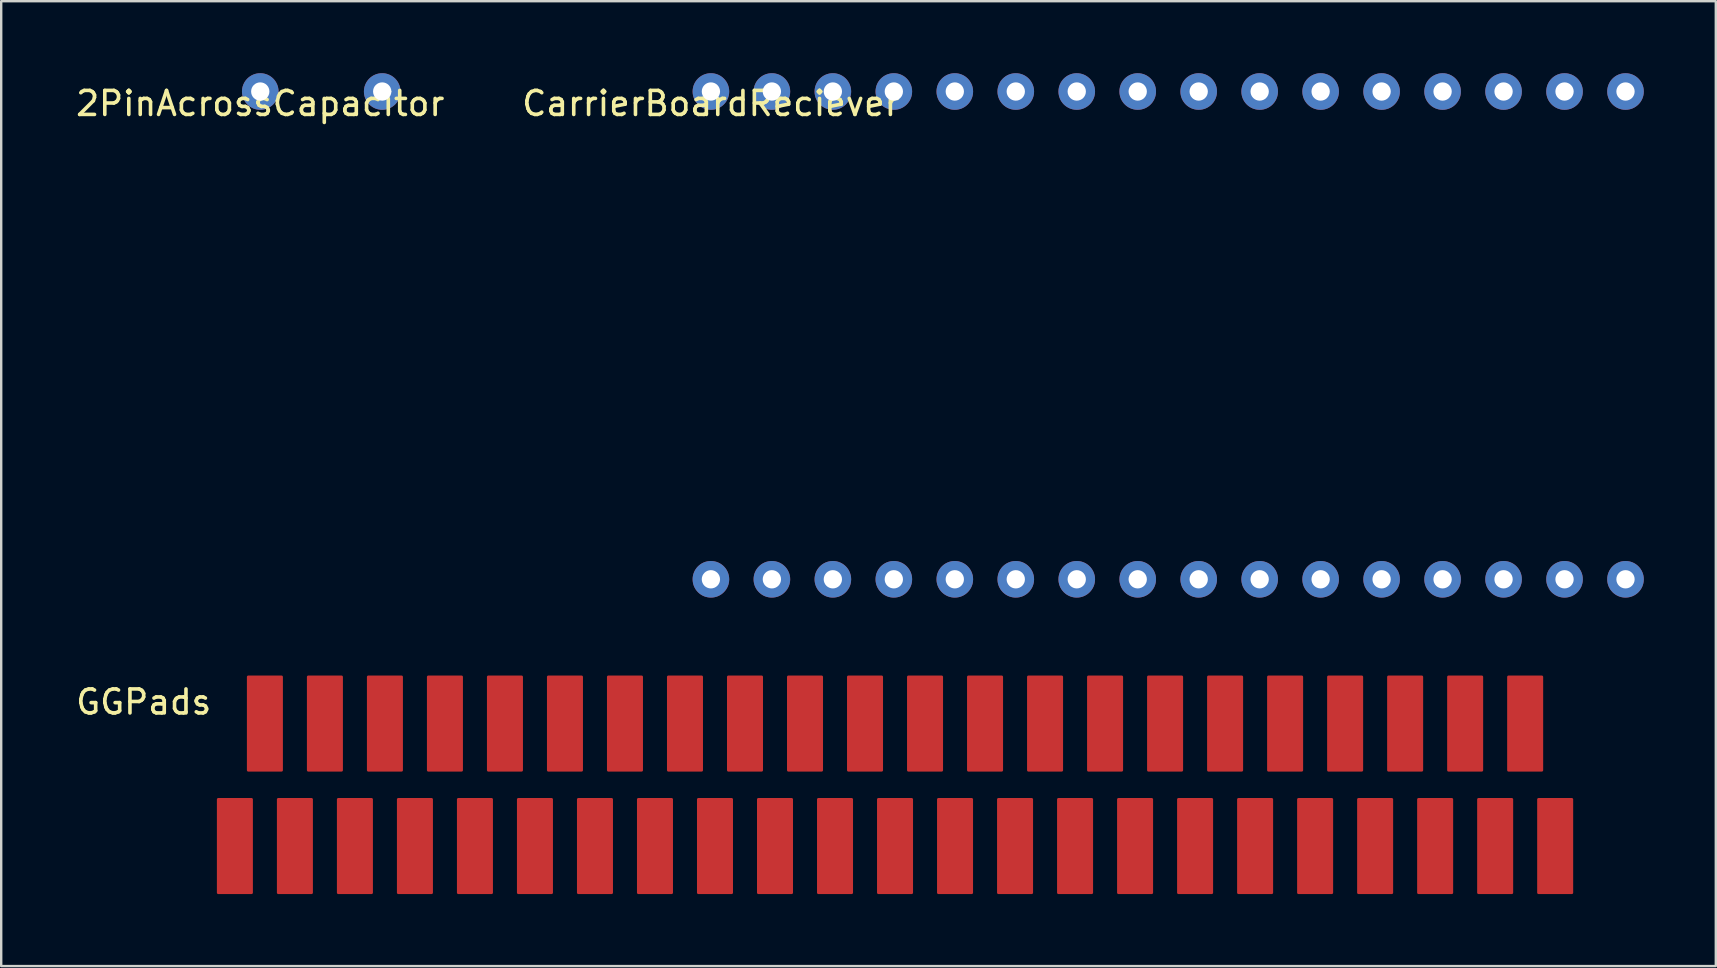
<source format=kicad_pcb>
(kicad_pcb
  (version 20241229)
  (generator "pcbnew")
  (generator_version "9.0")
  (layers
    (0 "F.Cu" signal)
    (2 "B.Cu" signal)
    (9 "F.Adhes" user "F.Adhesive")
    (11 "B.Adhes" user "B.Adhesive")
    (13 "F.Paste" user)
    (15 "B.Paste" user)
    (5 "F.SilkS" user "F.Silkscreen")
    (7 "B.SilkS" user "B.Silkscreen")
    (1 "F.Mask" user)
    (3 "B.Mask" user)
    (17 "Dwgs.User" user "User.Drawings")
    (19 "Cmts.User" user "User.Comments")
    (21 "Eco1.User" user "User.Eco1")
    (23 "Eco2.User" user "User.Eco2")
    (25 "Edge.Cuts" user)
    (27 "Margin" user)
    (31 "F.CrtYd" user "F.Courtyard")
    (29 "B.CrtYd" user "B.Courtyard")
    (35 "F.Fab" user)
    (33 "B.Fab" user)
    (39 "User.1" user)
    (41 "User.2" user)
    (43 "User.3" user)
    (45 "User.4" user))
  (footprint "GGPads"
    (layer "F.Cu")
    (at 5.985 25.094)
    (property "Reference" "GGPads" (at -3.05 1.1 0) (layer "F.SilkS") (effects (font (size 1 1) (thickness 0.15))))
    (attr through_hole)
    (pad "1" smd custom (at 0.765 5.825) (size 1.124 1.124) (layers "F.Cu" "F.Mask" "F.Paste") (options (anchor rect)) (primitives (gr_poly (pts (xy 0.685 3.225) (xy -0.715 3.225) (xy -0.715 -0.675) (xy 0.685 -0.675)) (width 0.1) (fill yes))))
    (pad "2" smd custom (at 2 0.708) (size 1.124 1.124) (layers "F.Cu" "F.Mask" "F.Paste") (options (anchor rect)) (primitives (gr_poly (pts (xy 0.7 3.24) (xy -0.7 3.24) (xy -0.7 -0.66) (xy 0.7 -0.66)) (width 0.1) (fill yes))))
    (pad "3" smd custom (at 3.265 5.825) (size 1.124 1.124) (layers "F.Cu" "F.Mask" "F.Paste") (options (anchor rect)) (primitives (gr_poly (pts (xy 0.685 3.225) (xy -0.715 3.225) (xy -0.715 -0.675) (xy 0.685 -0.675)) (width 0.1) (fill yes))))
    (pad "4" smd custom (at 4.5 0.708) (size 1.124 1.124) (layers "F.Cu" "F.Mask" "F.Paste") (options (anchor rect)) (primitives (gr_poly (pts (xy 0.7 3.24) (xy -0.7 3.24) (xy -0.7 -0.66) (xy 0.7 -0.66)) (width 0.1) (fill yes))))
    (pad "5" smd custom (at 5.765 5.825) (size 1.124 1.124) (layers "F.Cu" "F.Mask" "F.Paste") (options (anchor rect)) (primitives (gr_poly (pts (xy 0.685 3.225) (xy -0.715 3.225) (xy -0.715 -0.675) (xy 0.685 -0.675)) (width 0.1) (fill yes))))
    (pad "6" smd custom (at 7 0.708) (size 1.124 1.124) (layers "F.Cu" "F.Mask" "F.Paste") (options (anchor rect)) (primitives (gr_poly (pts (xy 0.7 3.24) (xy -0.7 3.24) (xy -0.7 -0.66) (xy 0.7 -0.66)) (width 0.1) (fill yes))))
    (pad "7" smd custom (at 8.265 5.825) (size 1.124 1.124) (layers "F.Cu" "F.Mask" "F.Paste") (options (anchor rect)) (primitives (gr_poly (pts (xy 0.685 3.225) (xy -0.715 3.225) (xy -0.715 -0.675) (xy 0.685 -0.675)) (width 0.1) (fill yes))))
    (pad "8" smd custom (at 9.5 0.708) (size 1.124 1.124) (layers "F.Cu" "F.Mask" "F.Paste") (options (anchor rect)) (primitives (gr_poly (pts (xy 0.7 3.24) (xy -0.7 3.24) (xy -0.7 -0.66) (xy 0.7 -0.66)) (width 0.1) (fill yes))))
    (pad "9" smd custom (at 10.765 5.825) (size 1.124 1.124) (layers "F.Cu" "F.Mask" "F.Paste") (options (anchor rect)) (primitives (gr_poly (pts (xy 0.685 3.225) (xy -0.715 3.225) (xy -0.715 -0.675) (xy 0.685 -0.675)) (width 0.1) (fill yes))))
    (pad "10" smd custom (at 12 0.708) (size 1.124 1.124) (layers "F.Cu" "F.Mask" "F.Paste") (options (anchor rect)) (primitives (gr_poly (pts (xy 0.7 3.24) (xy -0.7 3.24) (xy -0.7 -0.66) (xy 0.7 -0.66)) (width 0.1) (fill yes))))
    (pad "11" smd custom (at 13.265 5.825) (size 1.124 1.124) (layers "F.Cu" "F.Mask" "F.Paste") (options (anchor rect)) (primitives (gr_poly (pts (xy 0.685 3.225) (xy -0.715 3.225) (xy -0.715 -0.675) (xy 0.685 -0.675)) (width 0.1) (fill yes))))
    (pad "12" smd custom (at 14.5 0.708) (size 1.124 1.124) (layers "F.Cu" "F.Mask" "F.Paste") (options (anchor rect)) (primitives (gr_poly (pts (xy 0.7 3.24) (xy -0.7 3.24) (xy -0.7 -0.66) (xy 0.7 -0.66)) (width 0.1) (fill yes))))
    (pad "13" smd custom (at 15.765 5.825) (size 1.124 1.124) (layers "F.Cu" "F.Mask" "F.Paste") (options (anchor rect)) (primitives (gr_poly (pts (xy 0.685 3.225) (xy -0.715 3.225) (xy -0.715 -0.675) (xy 0.685 -0.675)) (width 0.1) (fill yes))))
    (pad "14" smd custom (at 17 0.708) (size 1.124 1.124) (layers "F.Cu" "F.Mask" "F.Paste") (options (anchor rect)) (primitives (gr_poly (pts (xy 0.7 3.24) (xy -0.7 3.24) (xy -0.7 -0.66) (xy 0.7 -0.66)) (width 0.1) (fill yes))))
    (pad "15" smd custom (at 18.265 5.825) (size 1.124 1.124) (layers "F.Cu" "F.Mask" "F.Paste") (options (anchor rect)) (primitives (gr_poly (pts (xy 0.685 3.225) (xy -0.715 3.225) (xy -0.715 -0.675) (xy 0.685 -0.675)) (width 0.1) (fill yes))))
    (pad "16" smd custom (at 19.5 0.708) (size 1.124 1.124) (layers "F.Cu" "F.Mask" "F.Paste") (options (anchor rect)) (primitives (gr_poly (pts (xy 0.7 3.24) (xy -0.7 3.24) (xy -0.7 -0.66) (xy 0.7 -0.66)) (width 0.1) (fill yes))))
    (pad "17" smd custom (at 20.765 5.825) (size 1.124 1.124) (layers "F.Cu" "F.Mask" "F.Paste") (options (anchor rect)) (primitives (gr_poly (pts (xy 0.685 3.225) (xy -0.715 3.225) (xy -0.715 -0.675) (xy 0.685 -0.675)) (width 0.1) (fill yes))))
    (pad "18" smd custom (at 22 0.708) (size 1.124 1.124) (layers "F.Cu" "F.Mask" "F.Paste") (options (anchor rect)) (primitives (gr_poly (pts (xy 0.7 3.24) (xy -0.7 3.24) (xy -0.7 -0.66) (xy 0.7 -0.66)) (width 0.1) (fill yes))))
    (pad "19" smd custom (at 23.265 5.825) (size 1.124 1.124) (layers "F.Cu" "F.Mask" "F.Paste") (options (anchor rect)) (primitives (gr_poly (pts (xy 0.685 3.225) (xy -0.715 3.225) (xy -0.715 -0.675) (xy 0.685 -0.675)) (width 0.1) (fill yes))))
    (pad "20" smd custom (at 24.5 0.708) (size 1.124 1.124) (layers "F.Cu" "F.Mask" "F.Paste") (options (anchor rect)) (primitives (gr_poly (pts (xy 0.7 3.24) (xy -0.7 3.24) (xy -0.7 -0.66) (xy 0.7 -0.66)) (width 0.1) (fill yes))))
    (pad "21" smd custom (at 25.765 5.825) (size 1.124 1.124) (layers "F.Cu" "F.Mask" "F.Paste") (options (anchor rect)) (primitives (gr_poly (pts (xy 0.685 3.225) (xy -0.715 3.225) (xy -0.715 -0.675) (xy 0.685 -0.675)) (width 0.1) (fill yes))))
    (pad "22" smd custom (at 27 0.708) (size 1.124 1.124) (layers "F.Cu" "F.Mask" "F.Paste") (options (anchor rect)) (primitives (gr_poly (pts (xy 0.7 3.24) (xy -0.7 3.24) (xy -0.7 -0.66) (xy 0.7 -0.66)) (width 0.1) (fill yes))))
    (pad "23" smd custom (at 28.265 5.825) (size 1.124 1.124) (layers "F.Cu" "F.Mask" "F.Paste") (options (anchor rect)) (primitives (gr_poly (pts (xy 0.685 3.225) (xy -0.715 3.225) (xy -0.715 -0.675) (xy 0.685 -0.675)) (width 0.1) (fill yes))))
    (pad "24" smd custom (at 29.5 0.708) (size 1.124 1.124) (layers "F.Cu" "F.Mask" "F.Paste") (options (anchor rect)) (primitives (gr_poly (pts (xy 0.7 3.24) (xy -0.7 3.24) (xy -0.7 -0.66) (xy 0.7 -0.66)) (width 0.1) (fill yes))))
    (pad "25" smd custom (at 30.765 5.825) (size 1.124 1.124) (layers "F.Cu" "F.Mask" "F.Paste") (options (anchor rect)) (primitives (gr_poly (pts (xy 0.685 3.225) (xy -0.715 3.225) (xy -0.715 -0.675) (xy 0.685 -0.675)) (width 0.1) (fill yes))))
    (pad "26" smd custom (at 32 0.708) (size 1.124 1.124) (layers "F.Cu" "F.Mask" "F.Paste") (options (anchor rect)) (primitives (gr_poly (pts (xy 0.7 3.24) (xy -0.7 3.24) (xy -0.7 -0.66) (xy 0.7 -0.66)) (width 0.1) (fill yes))))
    (pad "27" smd custom (at 33.265 5.825) (size 1.124 1.124) (layers "F.Cu" "F.Mask" "F.Paste") (options (anchor rect)) (primitives (gr_poly (pts (xy 0.685 3.225) (xy -0.715 3.225) (xy -0.715 -0.675) (xy 0.685 -0.675)) (width 0.1) (fill yes))))
    (pad "28" smd custom (at 34.5 0.708) (size 1.124 1.124) (layers "F.Cu" "F.Mask" "F.Paste") (options (anchor rect)) (primitives (gr_poly (pts (xy 0.7 3.24) (xy -0.7 3.24) (xy -0.7 -0.66) (xy 0.7 -0.66)) (width 0.1) (fill yes))))
    (pad "29" smd custom (at 35.765 5.825) (size 1.124 1.124) (layers "F.Cu" "F.Mask" "F.Paste") (options (anchor rect)) (primitives (gr_poly (pts (xy 0.685 3.225) (xy -0.715 3.225) (xy -0.715 -0.675) (xy 0.685 -0.675)) (width 0.1) (fill yes))))
    (pad "30" smd custom (at 37 0.708) (size 1.124 1.124) (layers "F.Cu" "F.Mask" "F.Paste") (options (anchor rect)) (primitives (gr_poly (pts (xy 0.7 3.24) (xy -0.7 3.24) (xy -0.7 -0.66) (xy 0.7 -0.66)) (width 0.1) (fill yes))))
    (pad "31" smd custom (at 38.265 5.825) (size 1.124 1.124) (layers "F.Cu" "F.Mask" "F.Paste") (options (anchor rect)) (primitives (gr_poly (pts (xy 0.685 3.225) (xy -0.715 3.225) (xy -0.715 -0.675) (xy 0.685 -0.675)) (width 0.1) (fill yes))))
    (pad "32" smd custom (at 39.5 0.708) (size 1.124 1.124) (layers "F.Cu" "F.Mask" "F.Paste") (options (anchor rect)) (primitives (gr_poly (pts (xy 0.7 3.24) (xy -0.7 3.24) (xy -0.7 -0.66) (xy 0.7 -0.66)) (width 0.1) (fill yes))))
    (pad "33" smd custom (at 40.765 5.825) (size 1.124 1.124) (layers "F.Cu" "F.Mask" "F.Paste") (options (anchor rect)) (primitives (gr_poly (pts (xy 0.685 3.225) (xy -0.715 3.225) (xy -0.715 -0.675) (xy 0.685 -0.675)) (width 0.1) (fill yes))))
    (pad "34" smd custom (at 42 0.708) (size 1.124 1.124) (layers "F.Cu" "F.Mask" "F.Paste") (options (anchor rect)) (primitives (gr_poly (pts (xy 0.7 3.24) (xy -0.7 3.24) (xy -0.7 -0.66) (xy 0.7 -0.66)) (width 0.1) (fill yes))))
    (pad "35" smd custom (at 43.265 5.825) (size 1.124 1.124) (layers "F.Cu" "F.Mask" "F.Paste") (options (anchor rect)) (primitives (gr_poly (pts (xy 0.685 3.225) (xy -0.715 3.225) (xy -0.715 -0.675) (xy 0.685 -0.675)) (width 0.1) (fill yes))))
    (pad "36" smd custom (at 44.5 0.708) (size 1.124 1.124) (layers "F.Cu" "F.Mask" "F.Paste") (options (anchor rect)) (primitives (gr_poly (pts (xy 0.7 3.24) (xy -0.7 3.24) (xy -0.7 -0.66) (xy 0.7 -0.66)) (width 0.1) (fill yes))))
    (pad "37" smd custom (at 45.765 5.825) (size 1.124 1.124) (layers "F.Cu" "F.Mask" "F.Paste") (options (anchor rect)) (primitives (gr_poly (pts (xy 0.685 3.225) (xy -0.715 3.225) (xy -0.715 -0.675) (xy 0.685 -0.675)) (width 0.1) (fill yes))))
    (pad "38" smd custom (at 47 0.708) (size 1.124 1.124) (layers "F.Cu" "F.Mask" "F.Paste") (options (anchor rect)) (primitives (gr_poly (pts (xy 0.7 3.24) (xy -0.7 3.24) (xy -0.7 -0.66) (xy 0.7 -0.66)) (width 0.1) (fill yes))))
    (pad "39" smd custom (at 48.265 5.825) (size 1.124 1.124) (layers "F.Cu" "F.Mask" "F.Paste") (options (anchor rect)) (primitives (gr_poly (pts (xy 0.685 3.225) (xy -0.715 3.225) (xy -0.715 -0.675) (xy 0.685 -0.675)) (width 0.1) (fill yes))))
    (pad "40" smd custom (at 49.5 0.708) (size 1.124 1.124) (layers "F.Cu" "F.Mask" "F.Paste") (options (anchor rect)) (primitives (gr_poly (pts (xy 0.7 3.24) (xy -0.7 3.24) (xy -0.7 -0.66) (xy 0.7 -0.66)) (width 0.1) (fill yes))))
    (pad "41" smd custom (at 50.765 5.825) (size 1.124 1.124) (layers "F.Cu" "F.Mask" "F.Paste") (options (anchor rect)) (primitives (gr_poly (pts (xy 0.685 3.225) (xy -0.715 3.225) (xy -0.715 -0.675) (xy 0.685 -0.675)) (width 0.1) (fill yes))))
    (pad "42" smd custom (at 52 0.708) (size 1.124 1.124) (layers "F.Cu" "F.Mask" "F.Paste") (options (anchor rect)) (primitives (gr_poly (pts (xy 0.7 3.24) (xy -0.7 3.24) (xy -0.7 -0.66) (xy 0.7 -0.66)) (width 0.1) (fill yes))))
    (pad "43" smd custom (at 53.265 5.825) (size 1.124 1.124) (layers "F.Cu" "F.Mask" "F.Paste") (options (anchor rect)) (primitives (gr_poly (pts (xy 0.685 3.225) (xy -0.715 3.225) (xy -0.715 -0.675) (xy 0.685 -0.675)) (width 0.1) (fill yes))))
    (pad "44" smd custom (at 54.5 0.708) (size 1.124 1.124) (layers "F.Cu" "F.Mask" "F.Paste") (options (anchor rect)) (primitives (gr_poly (pts (xy 0.7 3.24) (xy -0.7 3.24) (xy -0.7 -0.66) (xy 0.7 -0.66)) (width 0.1) (fill yes))))
    (pad "45" smd custom (at 55.765 5.825) (size 1.124 1.124) (layers "F.Cu" "F.Mask" "F.Paste") (options (anchor rect)) (primitives (gr_poly (pts (xy 0.685 3.225) (xy -0.715 3.225) (xy -0.715 -0.675) (xy 0.685 -0.675)) (width 0.1) (fill yes)))))
  (footprint "CarrierBoardReciever"
    (layer "F.Cu")
    (at 26.565 0.762)
    (property "Reference" "CarrierBoardReciever" (at 0 0.5 0) (layer "F.SilkS") (effects (font (size 1 1) (thickness 0.15))))
    (attr through_hole)
    (pad "1" thru_hole circle (at 0 0) (size 1.524 1.524) (drill 0.762) (layers "*.Cu" "*.Mask"))
    (pad "2" thru_hole circle (at 2.54 0) (size 1.524 1.524) (drill 0.762) (layers "*.Cu" "*.Mask"))
    (pad "3" thru_hole circle (at 5.08 0) (size 1.524 1.524) (drill 0.762) (layers "*.Cu" "*.Mask"))
    (pad "4" thru_hole circle (at 7.62 0) (size 1.524 1.524) (drill 0.762) (layers "*.Cu" "*.Mask"))
    (pad "5" thru_hole circle (at 10.16 0) (size 1.524 1.524) (drill 0.762) (layers "*.Cu" "*.Mask"))
    (pad "6" thru_hole circle (at 12.7 0) (size 1.524 1.524) (drill 0.762) (layers "*.Cu" "*.Mask"))
    (pad "7" thru_hole circle (at 15.24 0) (size 1.524 1.524) (drill 0.762) (layers "*.Cu" "*.Mask"))
    (pad "8" thru_hole circle (at 17.78 0) (size 1.524 1.524) (drill 0.762) (layers "*.Cu" "*.Mask"))
    (pad "9" thru_hole circle (at 20.32 0) (size 1.524 1.524) (drill 0.762) (layers "*.Cu" "*.Mask"))
    (pad "10" thru_hole circle (at 22.86 0) (size 1.524 1.524) (drill 0.762) (layers "*.Cu" "*.Mask"))
    (pad "11" thru_hole circle (at 25.4 0) (size 1.524 1.524) (drill 0.762) (layers "*.Cu" "*.Mask"))
    (pad "12" thru_hole circle (at 27.94 0) (size 1.524 1.524) (drill 0.762) (layers "*.Cu" "*.Mask"))
    (pad "13" thru_hole circle (at 30.48 0) (size 1.524 1.524) (drill 0.762) (layers "*.Cu" "*.Mask"))
    (pad "14" thru_hole circle (at 33.02 0) (size 1.524 1.524) (drill 0.762) (layers "*.Cu" "*.Mask"))
    (pad "15" thru_hole circle (at 35.56 0) (size 1.524 1.524) (drill 0.762) (layers "*.Cu" "*.Mask"))
    (pad "16" thru_hole circle (at 38.1 0) (size 1.524 1.524) (drill 0.762) (layers "*.Cu" "*.Mask"))
    (pad "17" thru_hole circle (at 38.1 20.32) (size 1.524 1.524) (drill 0.762) (layers "*.Cu" "*.Mask"))
    (pad "18" thru_hole circle (at 35.56 20.32) (size 1.524 1.524) (drill 0.762) (layers "*.Cu" "*.Mask"))
    (pad "19" thru_hole circle (at 33.02 20.32) (size 1.524 1.524) (drill 0.762) (layers "*.Cu" "*.Mask"))
    (pad "20" thru_hole circle (at 30.48 20.32) (size 1.524 1.524) (drill 0.762) (layers "*.Cu" "*.Mask"))
    (pad "21" thru_hole circle (at 27.94 20.32) (size 1.524 1.524) (drill 0.762) (layers "*.Cu" "*.Mask"))
    (pad "22" thru_hole circle (at 25.4 20.32) (size 1.524 1.524) (drill 0.762) (layers "*.Cu" "*.Mask"))
    (pad "23" thru_hole circle (at 22.86 20.32) (size 1.524 1.524) (drill 0.762) (layers "*.Cu" "*.Mask"))
    (pad "24" thru_hole circle (at 20.32 20.32) (size 1.524 1.524) (drill 0.762) (layers "*.Cu" "*.Mask"))
    (pad "25" thru_hole circle (at 17.78 20.32) (size 1.524 1.524) (drill 0.762) (layers "*.Cu" "*.Mask"))
    (pad "26" thru_hole circle (at 15.24 20.32) (size 1.524 1.524) (drill 0.762) (layers "*.Cu" "*.Mask"))
    (pad "27" thru_hole circle (at 12.7 20.32) (size 1.524 1.524) (drill 0.762) (layers "*.Cu" "*.Mask"))
    (pad "28" thru_hole circle (at 10.16 20.32) (size 1.524 1.524) (drill 0.762) (layers "*.Cu" "*.Mask"))
    (pad "29" thru_hole circle (at 7.62 20.32) (size 1.524 1.524) (drill 0.762) (layers "*.Cu" "*.Mask"))
    (pad "30" thru_hole circle (at 5.08 20.32) (size 1.524 1.524) (drill 0.762) (layers "*.Cu" "*.Mask"))
    (pad "31" thru_hole circle (at 2.54 20.32) (size 1.524 1.524) (drill 0.762) (layers "*.Cu" "*.Mask"))
    (pad "32" thru_hole circle (at 0 20.32) (size 1.524 1.524) (drill 0.762) (layers "*.Cu" "*.Mask")))
  (footprint "2PinAcrossCapacitor"
    (layer "F.Cu")
    (at 7.792 0.762)
    (property "Reference" "2PinAcrossCapacitor" (at 0 0.5 0) (layer "F.SilkS") (effects (font (size 1 1) (thickness 0.15))))
    (attr through_hole)
    (pad "1" thru_hole circle (at 0 0) (size 1.524 1.524) (drill 0.762) (layers "*.Cu" "*.Mask"))
    (pad "2" thru_hole circle (at 5.08 0) (size 1.524 1.524) (drill 0.762) (layers "*.Cu" "*.Mask")))
  (gr_rect
    (start -3 -3)
    (end 68.427 37.194)
    (stroke (width 0.1) (type default))
    (fill no)
    (layer "Edge.Cuts")))
</source>
